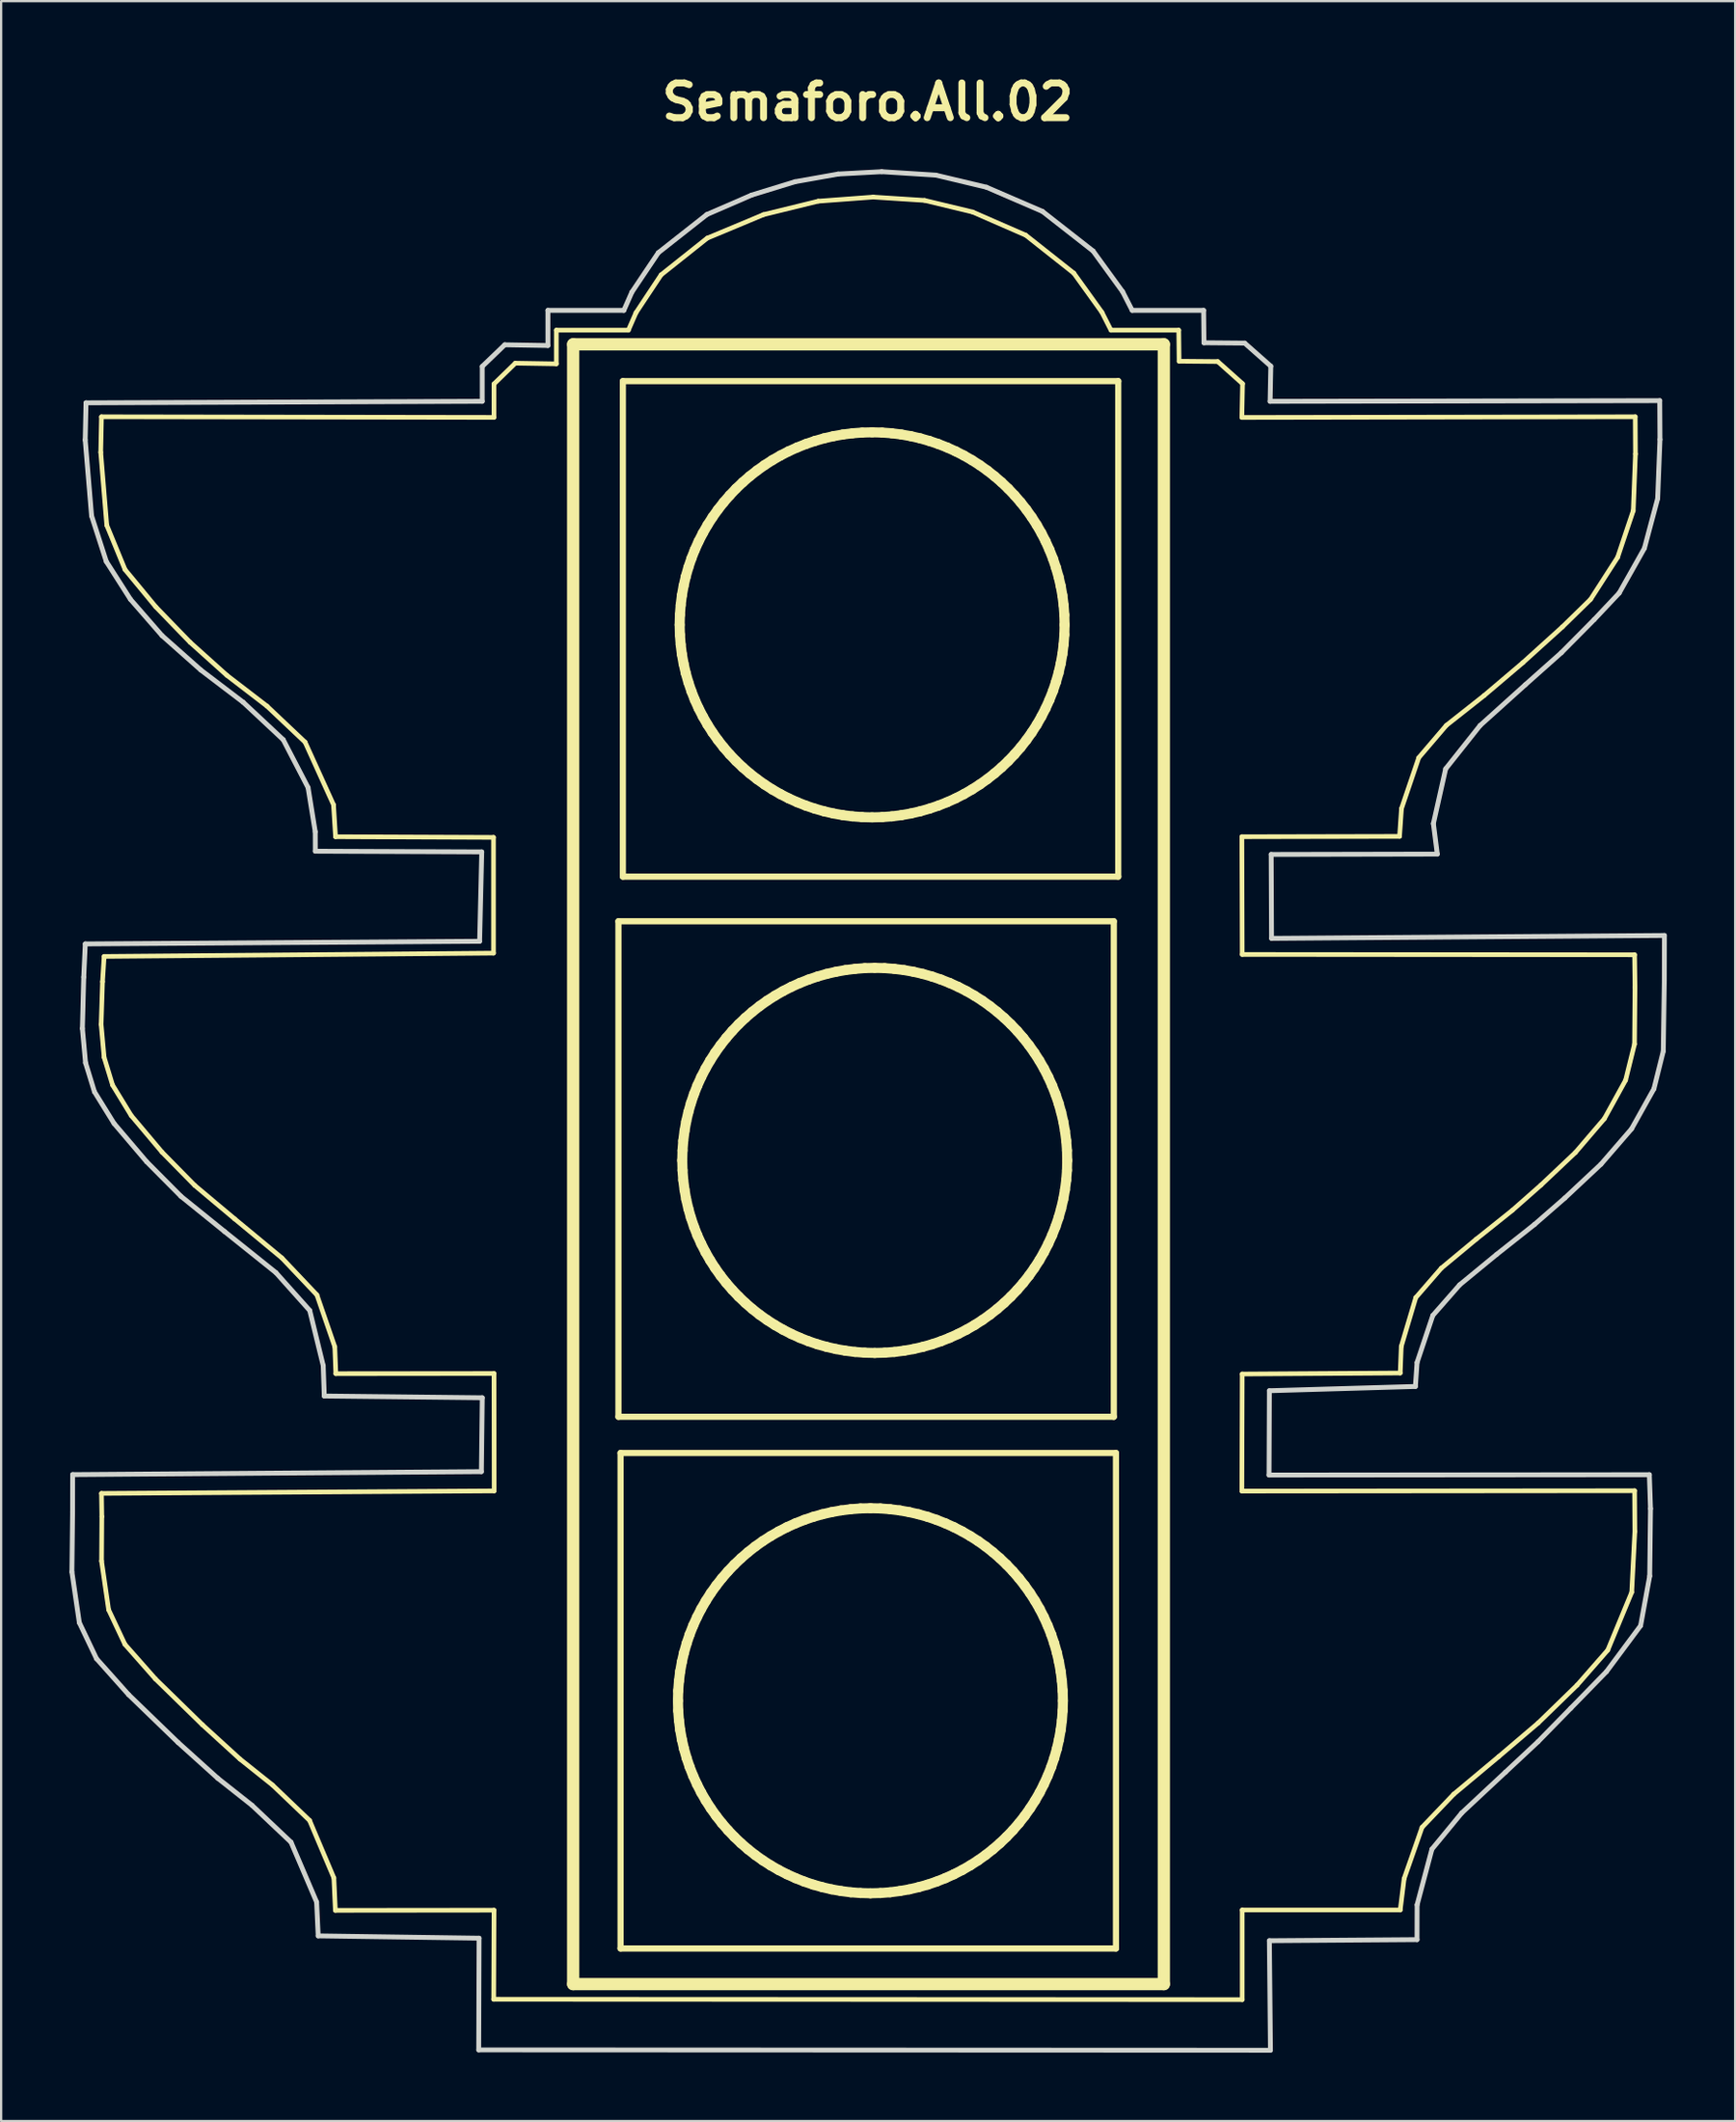
<source format=kicad_pcb>
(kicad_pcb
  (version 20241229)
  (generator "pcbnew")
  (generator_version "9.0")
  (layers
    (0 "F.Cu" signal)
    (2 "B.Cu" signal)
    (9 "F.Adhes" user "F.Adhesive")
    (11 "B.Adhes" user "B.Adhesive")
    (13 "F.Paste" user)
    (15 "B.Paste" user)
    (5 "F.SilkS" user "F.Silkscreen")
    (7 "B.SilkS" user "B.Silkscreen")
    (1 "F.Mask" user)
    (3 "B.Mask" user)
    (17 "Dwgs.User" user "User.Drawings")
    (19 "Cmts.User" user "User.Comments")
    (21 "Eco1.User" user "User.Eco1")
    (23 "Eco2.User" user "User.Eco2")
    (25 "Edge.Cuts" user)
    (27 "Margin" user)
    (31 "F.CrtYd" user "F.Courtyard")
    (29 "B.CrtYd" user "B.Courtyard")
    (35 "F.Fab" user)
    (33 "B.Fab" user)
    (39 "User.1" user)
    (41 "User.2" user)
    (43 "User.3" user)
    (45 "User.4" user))
  (footprint "Semaforo.All.02"
    (layer "F.Cu")
    (at 35.048 45.71)
    (property "Reference" "Semaforo.All.02" (at 0 -44.284 0) (layer "F.SilkS") (effects (font (size 1.524 1.524) (thickness 0.305))))
    (attr smd)
    (fp_line (start -33.675 -28.904) (end -33.41 -25.705) (stroke (width 0.204) (type solid)) (layer "F.SilkS"))
    (fp_line (start -33.657 -3.795) (end -33.526 -2.349) (stroke (width 0.204) (type solid)) (layer "F.SilkS"))
    (fp_line (start -33.642 16.793) (end -33.627 17.811) (stroke (width 0.204) (type solid)) (layer "F.SilkS"))
    (fp_line (start -33.642 -30.465) (end -33.675 -28.904) (stroke (width 0.204) (type solid)) (layer "F.SilkS"))
    (fp_line (start -33.639 19.764) (end -33.328 21.901) (stroke (width 0.204) (type solid)) (layer "F.SilkS"))
    (fp_line (start -33.627 17.811) (end -33.639 19.764) (stroke (width 0.204) (type solid)) (layer "F.SilkS"))
    (fp_line (start -33.596 -5.671) (end -33.657 -3.795) (stroke (width 0.204) (type solid)) (layer "F.SilkS"))
    (fp_line (start -33.526 -2.349) (end -33.156 -1.132) (stroke (width 0.204) (type solid)) (layer "F.SilkS"))
    (fp_line (start -33.526 -6.778) (end -33.596 -5.671) (stroke (width 0.204) (type solid)) (layer "F.SilkS"))
    (fp_line (start -33.41 -25.705) (end -32.608 -23.757) (stroke (width 0.204) (type solid)) (layer "F.SilkS"))
    (fp_line (start -33.328 21.901) (end -32.613 23.419) (stroke (width 0.204) (type solid)) (layer "F.SilkS"))
    (fp_line (start -33.156 -1.132) (end -32.337 0.207) (stroke (width 0.204) (type solid)) (layer "F.SilkS"))
    (fp_line (start -32.613 23.419) (end -31.275 24.935) (stroke (width 0.204) (type solid)) (layer "F.SilkS"))
    (fp_line (start -32.608 -23.757) (end -31.259 -22.123) (stroke (width 0.204) (type solid)) (layer "F.SilkS"))
    (fp_line (start -32.337 0.207) (end -30.98 1.817) (stroke (width 0.204) (type solid)) (layer "F.SilkS"))
    (fp_line (start -31.275 24.935) (end -29.212 26.949) (stroke (width 0.204) (type solid)) (layer "F.SilkS"))
    (fp_line (start -31.259 -22.123) (end -29.752 -20.567) (stroke (width 0.204) (type solid)) (layer "F.SilkS"))
    (fp_line (start -30.98 1.817) (end -29.549 3.273) (stroke (width 0.204) (type solid)) (layer "F.SilkS"))
    (fp_line (start -29.752 -20.567) (end -28.14 -19.12) (stroke (width 0.204) (type solid)) (layer "F.SilkS"))
    (fp_line (start -29.549 3.273) (end -27.793 4.744) (stroke (width 0.204) (type solid)) (layer "F.SilkS"))
    (fp_line (start -29.212 26.949) (end -27.558 28.457) (stroke (width 0.204) (type solid)) (layer "F.SilkS"))
    (fp_line (start -28.14 -19.12) (end -26.375 -17.764) (stroke (width 0.204) (type solid)) (layer "F.SilkS"))
    (fp_line (start -27.793 4.744) (end -25.72 6.459) (stroke (width 0.204) (type solid)) (layer "F.SilkS"))
    (fp_line (start -27.558 28.457) (end -26.13 29.596) (stroke (width 0.204) (type solid)) (layer "F.SilkS"))
    (fp_line (start -26.375 -17.764) (end -24.702 -16.183) (stroke (width 0.204) (type solid)) (layer "F.SilkS"))
    (fp_line (start -26.13 29.596) (end -24.505 31.149) (stroke (width 0.204) (type solid)) (layer "F.SilkS"))
    (fp_line (start -25.72 6.459) (end -24.183 8.081) (stroke (width 0.204) (type solid)) (layer "F.SilkS"))
    (fp_line (start -24.702 -16.183) (end -23.454 -13.434) (stroke (width 0.204) (type solid)) (layer "F.SilkS"))
    (fp_line (start -24.505 31.149) (end -23.438 33.672) (stroke (width 0.204) (type solid)) (layer "F.SilkS"))
    (fp_line (start -24.183 8.081) (end -23.398 10.359) (stroke (width 0.204) (type solid)) (layer "F.SilkS"))
    (fp_line (start -23.454 -13.434) (end -23.366 -12.032) (stroke (width 0.204) (type solid)) (layer "F.SilkS"))
    (fp_line (start -23.438 33.672) (end -23.373 35.095) (stroke (width 0.204) (type solid)) (layer "F.SilkS"))
    (fp_line (start -23.398 10.359) (end -23.352 11.538) (stroke (width 0.204) (type solid)) (layer "F.SilkS"))
    (fp_line (start -23.373 35.095) (end -16.407 35.088) (stroke (width 0.204) (type solid)) (layer "F.SilkS"))
    (fp_line (start -23.366 -12.032) (end -16.429 -12.003) (stroke (width 0.204) (type solid)) (layer "F.SilkS"))
    (fp_line (start -23.352 11.538) (end -16.407 11.531) (stroke (width 0.204) (type solid)) (layer "F.SilkS"))
    (fp_line (start -16.429 -12.003) (end -16.429 -6.923) (stroke (width 0.204) (type solid)) (layer "F.SilkS"))
    (fp_line (start -16.429 -6.923) (end -33.526 -6.778) (stroke (width 0.204) (type solid)) (layer "F.SilkS"))
    (fp_line (start -16.421 38.999) (end 16.446 39.014) (stroke (width 0.204) (type solid)) (layer "F.SilkS"))
    (fp_line (start -16.409 -31.906) (end -16.409 -30.438) (stroke (width 0.204) (type solid)) (layer "F.SilkS"))
    (fp_line (start -16.409 -30.438) (end -33.642 -30.465) (stroke (width 0.204) (type solid)) (layer "F.SilkS"))
    (fp_line (start -16.407 11.531) (end -16.4 16.684) (stroke (width 0.204) (type solid)) (layer "F.SilkS"))
    (fp_line (start -16.407 35.088) (end -16.421 38.999) (stroke (width 0.204) (type solid)) (layer "F.SilkS"))
    (fp_line (start -16.4 16.684) (end -33.642 16.793) (stroke (width 0.204) (type solid)) (layer "F.SilkS"))
    (fp_line (start -15.47 -32.818) (end -16.409 -31.906) (stroke (width 0.204) (type solid)) (layer "F.SilkS"))
    (fp_line (start -13.671 -34.268) (end -13.671 -32.788) (stroke (width 0.204) (type solid)) (layer "F.SilkS"))
    (fp_line (start -13.671 -32.788) (end -15.47 -32.818) (stroke (width 0.204) (type solid)) (layer "F.SilkS"))
    (fp_line (start -12.931 -33.646) (end 13.004 -33.646) (stroke (width 0.538) (type solid)) (layer "F.SilkS"))
    (fp_line (start -12.931 38.333) (end -12.931 -33.646) (stroke (width 0.538) (type solid)) (layer "F.SilkS"))
    (fp_line (start -10.943 -8.321) (end 10.808 -8.321) (stroke (width 0.271) (type solid)) (layer "F.SilkS"))
    (fp_line (start -10.943 13.43) (end -10.943 -8.321) (stroke (width 0.271) (type solid)) (layer "F.SilkS"))
    (fp_line (start -10.849 15.019) (end 10.902 15.019) (stroke (width 0.271) (type solid)) (layer "F.SilkS"))
    (fp_line (start -10.849 36.77) (end -10.849 15.019) (stroke (width 0.271) (type solid)) (layer "F.SilkS"))
    (fp_line (start -10.749 -32.03) (end 11.002 -32.03) (stroke (width 0.271) (type solid)) (layer "F.SilkS"))
    (fp_line (start -10.749 -10.279) (end -10.749 -32.03) (stroke (width 0.271) (type solid)) (layer "F.SilkS"))
    (fp_line (start -10.507 -34.268) (end -13.671 -34.268) (stroke (width 0.204) (type solid)) (layer "F.SilkS"))
    (fp_line (start -10.173 -35.033) (end -10.507 -34.268) (stroke (width 0.204) (type solid)) (layer "F.SilkS"))
    (fp_line (start -9.07 -36.696) (end -10.173 -35.033) (stroke (width 0.204) (type solid)) (layer "F.SilkS"))
    (fp_line (start -8.33 25.894) (end -8.319 25.459) (stroke (width 0.441) (type solid)) (layer "F.SilkS"))
    (fp_line (start -8.319 25.459) (end -8.286 25.03) (stroke (width 0.441) (type solid)) (layer "F.SilkS"))
    (fp_line (start -8.319 26.329) (end -8.33 25.894) (stroke (width 0.441) (type solid)) (layer "F.SilkS"))
    (fp_line (start -8.286 25.03) (end -8.232 24.607) (stroke (width 0.441) (type solid)) (layer "F.SilkS"))
    (fp_line (start -8.286 26.758) (end -8.319 26.329) (stroke (width 0.441) (type solid)) (layer "F.SilkS"))
    (fp_line (start -8.255 -21.333) (end -8.244 -21.768) (stroke (width 0.441) (type solid)) (layer "F.SilkS"))
    (fp_line (start -8.244 -21.768) (end -8.211 -22.197) (stroke (width 0.441) (type solid)) (layer "F.SilkS"))
    (fp_line (start -8.244 -20.898) (end -8.255 -21.333) (stroke (width 0.441) (type solid)) (layer "F.SilkS"))
    (fp_line (start -8.232 24.607) (end -8.158 24.191) (stroke (width 0.441) (type solid)) (layer "F.SilkS"))
    (fp_line (start -8.232 27.181) (end -8.286 26.758) (stroke (width 0.441) (type solid)) (layer "F.SilkS"))
    (fp_line (start -8.211 -22.197) (end -8.158 -22.62) (stroke (width 0.441) (type solid)) (layer "F.SilkS"))
    (fp_line (start -8.211 -20.469) (end -8.244 -20.898) (stroke (width 0.441) (type solid)) (layer "F.SilkS"))
    (fp_line (start -8.158 24.191) (end -8.064 23.782) (stroke (width 0.441) (type solid)) (layer "F.SilkS"))
    (fp_line (start -8.158 27.598) (end -8.232 27.181) (stroke (width 0.441) (type solid)) (layer "F.SilkS"))
    (fp_line (start -8.158 -22.62) (end -8.083 -23.036) (stroke (width 0.441) (type solid)) (layer "F.SilkS"))
    (fp_line (start -8.158 -20.046) (end -8.211 -20.469) (stroke (width 0.441) (type solid)) (layer "F.SilkS"))
    (fp_line (start -8.141 2.176) (end -8.13 1.741) (stroke (width 0.441) (type solid)) (layer "F.SilkS"))
    (fp_line (start -8.13 1.741) (end -8.097 1.312) (stroke (width 0.441) (type solid)) (layer "F.SilkS"))
    (fp_line (start -8.13 2.611) (end -8.141 2.176) (stroke (width 0.441) (type solid)) (layer "F.SilkS"))
    (fp_line (start -8.097 1.312) (end -8.043 0.889) (stroke (width 0.441) (type solid)) (layer "F.SilkS"))
    (fp_line (start -8.097 3.04) (end -8.13 2.611) (stroke (width 0.441) (type solid)) (layer "F.SilkS"))
    (fp_line (start -8.083 -23.036) (end -7.989 -23.445) (stroke (width 0.441) (type solid)) (layer "F.SilkS"))
    (fp_line (start -8.083 -19.63) (end -8.158 -20.046) (stroke (width 0.441) (type solid)) (layer "F.SilkS"))
    (fp_line (start -8.064 23.782) (end -7.95 23.381) (stroke (width 0.441) (type solid)) (layer "F.SilkS"))
    (fp_line (start -8.064 28.006) (end -8.158 27.598) (stroke (width 0.441) (type solid)) (layer "F.SilkS"))
    (fp_line (start -8.043 0.889) (end -7.969 0.473) (stroke (width 0.441) (type solid)) (layer "F.SilkS"))
    (fp_line (start -8.043 3.463) (end -8.097 3.04) (stroke (width 0.441) (type solid)) (layer "F.SilkS"))
    (fp_line (start -7.989 -23.445) (end -7.875 -23.846) (stroke (width 0.441) (type solid)) (layer "F.SilkS"))
    (fp_line (start -7.989 -19.221) (end -8.083 -19.63) (stroke (width 0.441) (type solid)) (layer "F.SilkS"))
    (fp_line (start -7.969 0.473) (end -7.875 0.064) (stroke (width 0.441) (type solid)) (layer "F.SilkS"))
    (fp_line (start -7.969 3.88) (end -8.043 3.463) (stroke (width 0.441) (type solid)) (layer "F.SilkS"))
    (fp_line (start -7.95 23.381) (end -7.817 22.988) (stroke (width 0.441) (type solid)) (layer "F.SilkS"))
    (fp_line (start -7.95 28.407) (end -8.064 28.006) (stroke (width 0.441) (type solid)) (layer "F.SilkS"))
    (fp_line (start -7.875 -23.846) (end -7.742 -24.239) (stroke (width 0.441) (type solid)) (layer "F.SilkS"))
    (fp_line (start -7.875 -18.82) (end -7.989 -19.221) (stroke (width 0.441) (type solid)) (layer "F.SilkS"))
    (fp_line (start -7.875 0.064) (end -7.761 -0.337) (stroke (width 0.441) (type solid)) (layer "F.SilkS"))
    (fp_line (start -7.875 4.288) (end -7.969 3.88) (stroke (width 0.441) (type solid)) (layer "F.SilkS"))
    (fp_line (start -7.817 22.988) (end -7.666 22.605) (stroke (width 0.441) (type solid)) (layer "F.SilkS"))
    (fp_line (start -7.817 28.8) (end -7.95 28.407) (stroke (width 0.441) (type solid)) (layer "F.SilkS"))
    (fp_line (start -7.761 -0.337) (end -7.628 -0.73) (stroke (width 0.441) (type solid)) (layer "F.SilkS"))
    (fp_line (start -7.761 4.689) (end -7.875 4.288) (stroke (width 0.441) (type solid)) (layer "F.SilkS"))
    (fp_line (start -7.742 -24.239) (end -7.591 -24.623) (stroke (width 0.441) (type solid)) (layer "F.SilkS"))
    (fp_line (start -7.742 -18.427) (end -7.875 -18.82) (stroke (width 0.441) (type solid)) (layer "F.SilkS"))
    (fp_line (start -7.666 22.605) (end -7.496 22.23) (stroke (width 0.441) (type solid)) (layer "F.SilkS"))
    (fp_line (start -7.666 29.184) (end -7.817 28.8) (stroke (width 0.441) (type solid)) (layer "F.SilkS"))
    (fp_line (start -7.628 -0.73) (end -7.477 -1.113) (stroke (width 0.441) (type solid)) (layer "F.SilkS"))
    (fp_line (start -7.628 5.082) (end -7.761 4.689) (stroke (width 0.441) (type solid)) (layer "F.SilkS"))
    (fp_line (start -7.591 -24.623) (end -7.422 -24.997) (stroke (width 0.441) (type solid)) (layer "F.SilkS"))
    (fp_line (start -7.591 -18.043) (end -7.742 -18.427) (stroke (width 0.441) (type solid)) (layer "F.SilkS"))
    (fp_line (start -7.496 22.23) (end -7.31 21.866) (stroke (width 0.441) (type solid)) (layer "F.SilkS"))
    (fp_line (start -7.496 29.558) (end -7.666 29.184) (stroke (width 0.441) (type solid)) (layer "F.SilkS"))
    (fp_line (start -7.477 -1.113) (end -7.307 -1.488) (stroke (width 0.441) (type solid)) (layer "F.SilkS"))
    (fp_line (start -7.477 5.466) (end -7.628 5.082) (stroke (width 0.441) (type solid)) (layer "F.SilkS"))
    (fp_line (start -7.422 -24.997) (end -7.235 -25.361) (stroke (width 0.441) (type solid)) (layer "F.SilkS"))
    (fp_line (start -7.422 -17.669) (end -7.591 -18.043) (stroke (width 0.441) (type solid)) (layer "F.SilkS"))
    (fp_line (start -7.31 21.866) (end -7.106 21.512) (stroke (width 0.441) (type solid)) (layer "F.SilkS"))
    (fp_line (start -7.31 29.923) (end -7.496 29.558) (stroke (width 0.441) (type solid)) (layer "F.SilkS"))
    (fp_line (start -7.307 -1.488) (end -7.121 -1.852) (stroke (width 0.441) (type solid)) (layer "F.SilkS"))
    (fp_line (start -7.307 5.84) (end -7.477 5.466) (stroke (width 0.441) (type solid)) (layer "F.SilkS"))
    (fp_line (start -7.235 -25.361) (end -7.032 -25.715) (stroke (width 0.441) (type solid)) (layer "F.SilkS"))
    (fp_line (start -7.235 -17.305) (end -7.422 -17.669) (stroke (width 0.441) (type solid)) (layer "F.SilkS"))
    (fp_line (start -7.121 -1.852) (end -6.917 -2.206) (stroke (width 0.441) (type solid)) (layer "F.SilkS"))
    (fp_line (start -7.121 6.205) (end -7.307 5.84) (stroke (width 0.441) (type solid)) (layer "F.SilkS"))
    (fp_line (start -7.106 21.512) (end -6.887 21.169) (stroke (width 0.441) (type solid)) (layer "F.SilkS"))
    (fp_line (start -7.106 30.277) (end -7.31 29.923) (stroke (width 0.441) (type solid)) (layer "F.SilkS"))
    (fp_line (start -7.045 -38.306) (end -9.07 -36.696) (stroke (width 0.204) (type solid)) (layer "F.SilkS"))
    (fp_line (start -7.032 -25.715) (end -6.812 -26.058) (stroke (width 0.441) (type solid)) (layer "F.SilkS"))
    (fp_line (start -7.032 -16.951) (end -7.235 -17.305) (stroke (width 0.441) (type solid)) (layer "F.SilkS"))
    (fp_line (start -6.917 -2.206) (end -6.698 -2.549) (stroke (width 0.441) (type solid)) (layer "F.SilkS"))
    (fp_line (start -6.917 6.559) (end -7.121 6.205) (stroke (width 0.441) (type solid)) (layer "F.SilkS"))
    (fp_line (start -6.887 21.169) (end -6.651 20.838) (stroke (width 0.441) (type solid)) (layer "F.SilkS"))
    (fp_line (start -6.887 30.619) (end -7.106 30.277) (stroke (width 0.441) (type solid)) (layer "F.SilkS"))
    (fp_line (start -6.812 -26.058) (end -6.576 -26.39) (stroke (width 0.441) (type solid)) (layer "F.SilkS"))
    (fp_line (start -6.812 -16.608) (end -7.032 -16.951) (stroke (width 0.441) (type solid)) (layer "F.SilkS"))
    (fp_line (start -6.698 -2.549) (end -6.462 -2.88) (stroke (width 0.441) (type solid)) (layer "F.SilkS"))
    (fp_line (start -6.698 6.901) (end -6.917 6.559) (stroke (width 0.441) (type solid)) (layer "F.SilkS"))
    (fp_line (start -6.651 20.838) (end -6.4 20.519) (stroke (width 0.441) (type solid)) (layer "F.SilkS"))
    (fp_line (start -6.651 30.951) (end -6.887 30.619) (stroke (width 0.441) (type solid)) (layer "F.SilkS"))
    (fp_line (start -6.576 -26.39) (end -6.325 -26.709) (stroke (width 0.441) (type solid)) (layer "F.SilkS"))
    (fp_line (start -6.576 -16.277) (end -6.812 -16.608) (stroke (width 0.441) (type solid)) (layer "F.SilkS"))
    (fp_line (start -6.462 -2.88) (end -6.211 -3.199) (stroke (width 0.441) (type solid)) (layer "F.SilkS"))
    (fp_line (start -6.462 7.233) (end -6.698 6.901) (stroke (width 0.441) (type solid)) (layer "F.SilkS"))
    (fp_line (start -6.4 20.519) (end -6.134 20.212) (stroke (width 0.441) (type solid)) (layer "F.SilkS"))
    (fp_line (start -6.4 31.27) (end -6.651 30.951) (stroke (width 0.441) (type solid)) (layer "F.SilkS"))
    (fp_line (start -6.325 -26.709) (end -6.06 -27.015) (stroke (width 0.441) (type solid)) (layer "F.SilkS"))
    (fp_line (start -6.325 -15.957) (end -6.576 -16.277) (stroke (width 0.441) (type solid)) (layer "F.SilkS"))
    (fp_line (start -6.211 -3.199) (end -5.945 -3.506) (stroke (width 0.441) (type solid)) (layer "F.SilkS"))
    (fp_line (start -6.211 7.552) (end -6.462 7.233) (stroke (width 0.441) (type solid)) (layer "F.SilkS"))
    (fp_line (start -6.134 20.212) (end -5.855 19.918) (stroke (width 0.441) (type solid)) (layer "F.SilkS"))
    (fp_line (start -6.134 31.577) (end -6.4 31.27) (stroke (width 0.441) (type solid)) (layer "F.SilkS"))
    (fp_line (start -6.06 -27.015) (end -5.78 -27.309) (stroke (width 0.441) (type solid)) (layer "F.SilkS"))
    (fp_line (start -6.06 -15.651) (end -6.325 -15.957) (stroke (width 0.441) (type solid)) (layer "F.SilkS"))
    (fp_line (start -5.945 -3.506) (end -5.666 -3.8) (stroke (width 0.441) (type solid)) (layer "F.SilkS"))
    (fp_line (start -5.945 7.859) (end -6.211 7.552) (stroke (width 0.441) (type solid)) (layer "F.SilkS"))
    (fp_line (start -5.855 19.918) (end -5.561 19.639) (stroke (width 0.441) (type solid)) (layer "F.SilkS"))
    (fp_line (start -5.855 31.87) (end -6.134 31.577) (stroke (width 0.441) (type solid)) (layer "F.SilkS"))
    (fp_line (start -5.78 -27.309) (end -5.486 -27.589) (stroke (width 0.441) (type solid)) (layer "F.SilkS"))
    (fp_line (start -5.78 -15.357) (end -6.06 -15.651) (stroke (width 0.441) (type solid)) (layer "F.SilkS"))
    (fp_line (start -5.666 -3.8) (end -5.372 -4.079) (stroke (width 0.441) (type solid)) (layer "F.SilkS"))
    (fp_line (start -5.666 8.152) (end -5.945 7.859) (stroke (width 0.441) (type solid)) (layer "F.SilkS"))
    (fp_line (start -5.561 19.639) (end -5.254 19.373) (stroke (width 0.441) (type solid)) (layer "F.SilkS"))
    (fp_line (start -5.561 32.15) (end -5.855 31.87) (stroke (width 0.441) (type solid)) (layer "F.SilkS"))
    (fp_line (start -5.486 -27.589) (end -5.18 -27.854) (stroke (width 0.441) (type solid)) (layer "F.SilkS"))
    (fp_line (start -5.486 -15.077) (end -5.78 -15.357) (stroke (width 0.441) (type solid)) (layer "F.SilkS"))
    (fp_line (start -5.372 -4.079) (end -5.065 -4.345) (stroke (width 0.441) (type solid)) (layer "F.SilkS"))
    (fp_line (start -5.372 8.432) (end -5.666 8.152) (stroke (width 0.441) (type solid)) (layer "F.SilkS"))
    (fp_line (start -5.254 19.373) (end -4.935 19.122) (stroke (width 0.441) (type solid)) (layer "F.SilkS"))
    (fp_line (start -5.254 32.416) (end -5.561 32.15) (stroke (width 0.441) (type solid)) (layer "F.SilkS"))
    (fp_line (start -5.18 -27.854) (end -4.86 -28.105) (stroke (width 0.441) (type solid)) (layer "F.SilkS"))
    (fp_line (start -5.18 -14.812) (end -5.486 -15.077) (stroke (width 0.441) (type solid)) (layer "F.SilkS"))
    (fp_line (start -5.065 -4.345) (end -4.746 -4.596) (stroke (width 0.441) (type solid)) (layer "F.SilkS"))
    (fp_line (start -5.065 8.698) (end -5.372 8.432) (stroke (width 0.441) (type solid)) (layer "F.SilkS"))
    (fp_line (start -4.935 19.122) (end -4.604 18.886) (stroke (width 0.441) (type solid)) (layer "F.SilkS"))
    (fp_line (start -4.935 32.667) (end -5.254 32.416) (stroke (width 0.441) (type solid)) (layer "F.SilkS"))
    (fp_line (start -4.86 -28.105) (end -4.529 -28.341) (stroke (width 0.441) (type solid)) (layer "F.SilkS"))
    (fp_line (start -4.86 -14.561) (end -5.18 -14.812) (stroke (width 0.441) (type solid)) (layer "F.SilkS"))
    (fp_line (start -4.746 -4.596) (end -4.415 -4.832) (stroke (width 0.441) (type solid)) (layer "F.SilkS"))
    (fp_line (start -4.746 8.949) (end -5.065 8.698) (stroke (width 0.441) (type solid)) (layer "F.SilkS"))
    (fp_line (start -4.604 32.902) (end -4.935 32.667) (stroke (width 0.441) (type solid)) (layer "F.SilkS"))
    (fp_line (start -4.604 18.886) (end -4.261 18.667) (stroke (width 0.441) (type solid)) (layer "F.SilkS"))
    (fp_line (start -4.573 -39.339) (end -7.045 -38.306) (stroke (width 0.204) (type solid)) (layer "F.SilkS"))
    (fp_line (start -4.529 -14.325) (end -4.86 -14.561) (stroke (width 0.441) (type solid)) (layer "F.SilkS"))
    (fp_line (start -4.529 -28.341) (end -4.186 -28.561) (stroke (width 0.441) (type solid)) (layer "F.SilkS"))
    (fp_line (start -4.415 9.184) (end -4.746 8.949) (stroke (width 0.441) (type solid)) (layer "F.SilkS"))
    (fp_line (start -4.415 -4.832) (end -4.072 -5.051) (stroke (width 0.441) (type solid)) (layer "F.SilkS"))
    (fp_line (start -4.261 18.667) (end -3.907 18.463) (stroke (width 0.441) (type solid)) (layer "F.SilkS"))
    (fp_line (start -4.261 33.122) (end -4.604 32.902) (stroke (width 0.441) (type solid)) (layer "F.SilkS"))
    (fp_line (start -4.186 -28.561) (end -3.832 -28.764) (stroke (width 0.441) (type solid)) (layer "F.SilkS"))
    (fp_line (start -4.186 -14.105) (end -4.529 -14.325) (stroke (width 0.441) (type solid)) (layer "F.SilkS"))
    (fp_line (start -4.072 -5.051) (end -3.718 -5.255) (stroke (width 0.441) (type solid)) (layer "F.SilkS"))
    (fp_line (start -4.072 9.404) (end -4.415 9.184) (stroke (width 0.441) (type solid)) (layer "F.SilkS"))
    (fp_line (start -3.907 18.463) (end -3.543 18.276) (stroke (width 0.441) (type solid)) (layer "F.SilkS"))
    (fp_line (start -3.907 33.326) (end -4.261 33.122) (stroke (width 0.441) (type solid)) (layer "F.SilkS"))
    (fp_line (start -3.832 -28.764) (end -3.468 -28.951) (stroke (width 0.441) (type solid)) (layer "F.SilkS"))
    (fp_line (start -3.832 -13.902) (end -4.186 -14.105) (stroke (width 0.441) (type solid)) (layer "F.SilkS"))
    (fp_line (start -3.718 -5.255) (end -3.354 -5.442) (stroke (width 0.441) (type solid)) (layer "F.SilkS"))
    (fp_line (start -3.718 9.607) (end -4.072 9.404) (stroke (width 0.441) (type solid)) (layer "F.SilkS"))
    (fp_line (start -3.543 18.276) (end -3.168 18.107) (stroke (width 0.441) (type solid)) (layer "F.SilkS"))
    (fp_line (start -3.543 33.512) (end -3.907 33.326) (stroke (width 0.441) (type solid)) (layer "F.SilkS"))
    (fp_line (start -3.468 -28.951) (end -3.093 -29.12) (stroke (width 0.441) (type solid)) (layer "F.SilkS"))
    (fp_line (start -3.468 -13.715) (end -3.832 -13.902) (stroke (width 0.441) (type solid)) (layer "F.SilkS"))
    (fp_line (start -3.354 -5.442) (end -2.979 -5.611) (stroke (width 0.441) (type solid)) (layer "F.SilkS"))
    (fp_line (start -3.354 9.794) (end -3.718 9.607) (stroke (width 0.441) (type solid)) (layer "F.SilkS"))
    (fp_line (start -3.168 18.107) (end -2.784 17.956) (stroke (width 0.441) (type solid)) (layer "F.SilkS"))
    (fp_line (start -3.168 33.681) (end -3.543 33.512) (stroke (width 0.441) (type solid)) (layer "F.SilkS"))
    (fp_line (start -3.093 -29.12) (end -2.71 -29.271) (stroke (width 0.441) (type solid)) (layer "F.SilkS"))
    (fp_line (start -3.093 -13.546) (end -3.468 -13.715) (stroke (width 0.441) (type solid)) (layer "F.SilkS"))
    (fp_line (start -2.979 -5.611) (end -2.595 -5.762) (stroke (width 0.441) (type solid)) (layer "F.SilkS"))
    (fp_line (start -2.979 9.963) (end -3.354 9.794) (stroke (width 0.441) (type solid)) (layer "F.SilkS"))
    (fp_line (start -2.784 17.956) (end -2.392 17.823) (stroke (width 0.441) (type solid)) (layer "F.SilkS"))
    (fp_line (start -2.784 33.833) (end -3.168 33.681) (stroke (width 0.441) (type solid)) (layer "F.SilkS"))
    (fp_line (start -2.71 -29.271) (end -2.317 -29.404) (stroke (width 0.441) (type solid)) (layer "F.SilkS"))
    (fp_line (start -2.71 -13.395) (end -3.093 -13.546) (stroke (width 0.441) (type solid)) (layer "F.SilkS"))
    (fp_line (start -2.595 -5.762) (end -2.203 -5.895) (stroke (width 0.441) (type solid)) (layer "F.SilkS"))
    (fp_line (start -2.595 10.115) (end -2.979 9.963) (stroke (width 0.441) (type solid)) (layer "F.SilkS"))
    (fp_line (start -2.392 17.823) (end -1.991 17.709) (stroke (width 0.441) (type solid)) (layer "F.SilkS"))
    (fp_line (start -2.392 33.966) (end -2.784 33.833) (stroke (width 0.441) (type solid)) (layer "F.SilkS"))
    (fp_line (start -2.317 -29.404) (end -1.916 -29.518) (stroke (width 0.441) (type solid)) (layer "F.SilkS"))
    (fp_line (start -2.317 -13.262) (end -2.71 -13.395) (stroke (width 0.441) (type solid)) (layer "F.SilkS"))
    (fp_line (start -2.203 -5.895) (end -1.802 -6.009) (stroke (width 0.441) (type solid)) (layer "F.SilkS"))
    (fp_line (start -2.203 10.248) (end -2.595 10.115) (stroke (width 0.441) (type solid)) (layer "F.SilkS"))
    (fp_line (start -2.171 -39.929) (end -4.573 -39.339) (stroke (width 0.204) (type solid)) (layer "F.SilkS"))
    (fp_line (start -1.991 17.709) (end -1.582 17.615) (stroke (width 0.441) (type solid)) (layer "F.SilkS"))
    (fp_line (start -1.991 34.079) (end -2.392 33.966) (stroke (width 0.441) (type solid)) (layer "F.SilkS"))
    (fp_line (start -1.916 -29.518) (end -1.507 -29.613) (stroke (width 0.441) (type solid)) (layer "F.SilkS"))
    (fp_line (start -1.916 -13.148) (end -2.317 -13.262) (stroke (width 0.441) (type solid)) (layer "F.SilkS"))
    (fp_line (start -1.802 -6.009) (end -1.393 -6.103) (stroke (width 0.441) (type solid)) (layer "F.SilkS"))
    (fp_line (start -1.802 10.361) (end -2.203 10.248) (stroke (width 0.441) (type solid)) (layer "F.SilkS"))
    (fp_line (start -1.582 17.615) (end -1.166 17.54) (stroke (width 0.441) (type solid)) (layer "F.SilkS"))
    (fp_line (start -1.582 34.174) (end -1.991 34.079) (stroke (width 0.441) (type solid)) (layer "F.SilkS"))
    (fp_line (start -1.507 -29.613) (end -1.091 -29.687) (stroke (width 0.441) (type solid)) (layer "F.SilkS"))
    (fp_line (start -1.507 -13.053) (end -1.916 -13.148) (stroke (width 0.441) (type solid)) (layer "F.SilkS"))
    (fp_line (start -1.393 -6.103) (end -0.977 -6.178) (stroke (width 0.441) (type solid)) (layer "F.SilkS"))
    (fp_line (start -1.393 10.456) (end -1.802 10.361) (stroke (width 0.441) (type solid)) (layer "F.SilkS"))
    (fp_line (start -1.166 17.54) (end -0.743 17.487) (stroke (width 0.441) (type solid)) (layer "F.SilkS"))
    (fp_line (start -1.166 34.248) (end -1.582 34.174) (stroke (width 0.441) (type solid)) (layer "F.SilkS"))
    (fp_line (start -1.091 -29.687) (end -0.668 -29.741) (stroke (width 0.441) (type solid)) (layer "F.SilkS"))
    (fp_line (start -1.091 -12.979) (end -1.507 -13.053) (stroke (width 0.441) (type solid)) (layer "F.SilkS"))
    (fp_line (start -0.977 -6.178) (end -0.554 -6.231) (stroke (width 0.441) (type solid)) (layer "F.SilkS"))
    (fp_line (start -0.977 10.53) (end -1.393 10.456) (stroke (width 0.441) (type solid)) (layer "F.SilkS"))
    (fp_line (start -0.743 17.487) (end -0.314 17.454) (stroke (width 0.441) (type solid)) (layer "F.SilkS"))
    (fp_line (start -0.743 34.302) (end -1.166 34.248) (stroke (width 0.441) (type solid)) (layer "F.SilkS"))
    (fp_line (start -0.668 -29.741) (end -0.239 -29.773) (stroke (width 0.441) (type solid)) (layer "F.SilkS"))
    (fp_line (start -0.668 -12.925) (end -1.091 -12.979) (stroke (width 0.441) (type solid)) (layer "F.SilkS"))
    (fp_line (start -0.554 -6.231) (end -0.125 -6.264) (stroke (width 0.441) (type solid)) (layer "F.SilkS"))
    (fp_line (start -0.554 10.584) (end -0.977 10.53) (stroke (width 0.441) (type solid)) (layer "F.SilkS"))
    (fp_line (start -0.314 17.454) (end 0.121 17.443) (stroke (width 0.441) (type solid)) (layer "F.SilkS"))
    (fp_line (start -0.314 34.335) (end -0.743 34.302) (stroke (width 0.441) (type solid)) (layer "F.SilkS"))
    (fp_line (start -0.239 -29.773) (end 0.196 -29.784) (stroke (width 0.441) (type solid)) (layer "F.SilkS"))
    (fp_line (start -0.239 -12.893) (end -0.668 -12.925) (stroke (width 0.441) (type solid)) (layer "F.SilkS"))
    (fp_line (start -0.125 -6.264) (end 0.31 -6.275) (stroke (width 0.441) (type solid)) (layer "F.SilkS"))
    (fp_line (start -0.125 10.617) (end -0.554 10.584) (stroke (width 0.441) (type solid)) (layer "F.SilkS"))
    (fp_line (start 0.121 17.443) (end 0.556 17.454) (stroke (width 0.441) (type solid)) (layer "F.SilkS"))
    (fp_line (start 0.121 34.346) (end -0.314 34.335) (stroke (width 0.441) (type solid)) (layer "F.SilkS"))
    (fp_line (start 0.196 -29.784) (end 0.631 -29.773) (stroke (width 0.441) (type solid)) (layer "F.SilkS"))
    (fp_line (start 0.196 -12.882) (end -0.239 -12.893) (stroke (width 0.441) (type solid)) (layer "F.SilkS"))
    (fp_line (start 0.243 -40.11) (end -2.171 -39.929) (stroke (width 0.204) (type solid)) (layer "F.SilkS"))
    (fp_line (start 0.31 -6.275) (end 0.745 -6.264) (stroke (width 0.441) (type solid)) (layer "F.SilkS"))
    (fp_line (start 0.31 10.628) (end -0.125 10.617) (stroke (width 0.441) (type solid)) (layer "F.SilkS"))
    (fp_line (start 0.556 17.454) (end 0.985 17.487) (stroke (width 0.441) (type solid)) (layer "F.SilkS"))
    (fp_line (start 0.556 34.335) (end 0.121 34.346) (stroke (width 0.441) (type solid)) (layer "F.SilkS"))
    (fp_line (start 0.631 -29.773) (end 1.06 -29.741) (stroke (width 0.441) (type solid)) (layer "F.SilkS"))
    (fp_line (start 0.631 -12.893) (end 0.196 -12.882) (stroke (width 0.441) (type solid)) (layer "F.SilkS"))
    (fp_line (start 0.745 -6.264) (end 1.174 -6.231) (stroke (width 0.441) (type solid)) (layer "F.SilkS"))
    (fp_line (start 0.745 10.617) (end 0.31 10.628) (stroke (width 0.441) (type solid)) (layer "F.SilkS"))
    (fp_line (start 0.985 17.487) (end 1.408 17.54) (stroke (width 0.441) (type solid)) (layer "F.SilkS"))
    (fp_line (start 0.985 34.302) (end 0.556 34.335) (stroke (width 0.441) (type solid)) (layer "F.SilkS"))
    (fp_line (start 1.06 -29.741) (end 1.483 -29.687) (stroke (width 0.441) (type solid)) (layer "F.SilkS"))
    (fp_line (start 1.06 -12.925) (end 0.631 -12.893) (stroke (width 0.441) (type solid)) (layer "F.SilkS"))
    (fp_line (start 1.174 -6.231) (end 1.597 -6.178) (stroke (width 0.441) (type solid)) (layer "F.SilkS"))
    (fp_line (start 1.174 10.584) (end 0.745 10.617) (stroke (width 0.441) (type solid)) (layer "F.SilkS"))
    (fp_line (start 1.408 17.54) (end 1.825 17.615) (stroke (width 0.441) (type solid)) (layer "F.SilkS"))
    (fp_line (start 1.408 34.248) (end 0.985 34.302) (stroke (width 0.441) (type solid)) (layer "F.SilkS"))
    (fp_line (start 1.483 -29.687) (end 1.899 -29.613) (stroke (width 0.441) (type solid)) (layer "F.SilkS"))
    (fp_line (start 1.483 -12.979) (end 1.06 -12.925) (stroke (width 0.441) (type solid)) (layer "F.SilkS"))
    (fp_line (start 1.597 -6.178) (end 2.014 -6.103) (stroke (width 0.441) (type solid)) (layer "F.SilkS"))
    (fp_line (start 1.597 10.53) (end 1.174 10.584) (stroke (width 0.441) (type solid)) (layer "F.SilkS"))
    (fp_line (start 1.825 17.615) (end 2.233 17.709) (stroke (width 0.441) (type solid)) (layer "F.SilkS"))
    (fp_line (start 1.825 34.174) (end 1.408 34.248) (stroke (width 0.441) (type solid)) (layer "F.SilkS"))
    (fp_line (start 1.899 -29.613) (end 2.308 -29.518) (stroke (width 0.441) (type solid)) (layer "F.SilkS"))
    (fp_line (start 1.899 -13.053) (end 1.483 -12.979) (stroke (width 0.441) (type solid)) (layer "F.SilkS"))
    (fp_line (start 2.014 -6.103) (end 2.422 -6.009) (stroke (width 0.441) (type solid)) (layer "F.SilkS"))
    (fp_line (start 2.014 10.456) (end 1.597 10.53) (stroke (width 0.441) (type solid)) (layer "F.SilkS"))
    (fp_line (start 2.233 17.709) (end 2.635 17.823) (stroke (width 0.441) (type solid)) (layer "F.SilkS"))
    (fp_line (start 2.233 34.079) (end 1.825 34.174) (stroke (width 0.441) (type solid)) (layer "F.SilkS"))
    (fp_line (start 2.308 -29.518) (end 2.709 -29.404) (stroke (width 0.441) (type solid)) (layer "F.SilkS"))
    (fp_line (start 2.308 -13.148) (end 1.899 -13.053) (stroke (width 0.441) (type solid)) (layer "F.SilkS"))
    (fp_line (start 2.422 -6.009) (end 2.824 -5.895) (stroke (width 0.441) (type solid)) (layer "F.SilkS"))
    (fp_line (start 2.422 10.361) (end 2.014 10.456) (stroke (width 0.441) (type solid)) (layer "F.SilkS"))
    (fp_line (start 2.498 -39.964) (end 0.243 -40.11) (stroke (width 0.204) (type solid)) (layer "F.SilkS"))
    (fp_line (start 2.635 17.823) (end 3.027 17.956) (stroke (width 0.441) (type solid)) (layer "F.SilkS"))
    (fp_line (start 2.635 33.966) (end 2.233 34.079) (stroke (width 0.441) (type solid)) (layer "F.SilkS"))
    (fp_line (start 2.709 -29.404) (end 3.102 -29.271) (stroke (width 0.441) (type solid)) (layer "F.SilkS"))
    (fp_line (start 2.709 -13.262) (end 2.308 -13.148) (stroke (width 0.441) (type solid)) (layer "F.SilkS"))
    (fp_line (start 2.824 -5.895) (end 3.216 -5.762) (stroke (width 0.441) (type solid)) (layer "F.SilkS"))
    (fp_line (start 2.824 10.248) (end 2.422 10.361) (stroke (width 0.441) (type solid)) (layer "F.SilkS"))
    (fp_line (start 3.027 17.956) (end 3.411 18.107) (stroke (width 0.441) (type solid)) (layer "F.SilkS"))
    (fp_line (start 3.027 33.833) (end 2.635 33.966) (stroke (width 0.441) (type solid)) (layer "F.SilkS"))
    (fp_line (start 3.102 -29.271) (end 3.486 -29.12) (stroke (width 0.441) (type solid)) (layer "F.SilkS"))
    (fp_line (start 3.102 -13.395) (end 2.709 -13.262) (stroke (width 0.441) (type solid)) (layer "F.SilkS"))
    (fp_line (start 3.216 -5.762) (end 3.6 -5.611) (stroke (width 0.441) (type solid)) (layer "F.SilkS"))
    (fp_line (start 3.216 10.115) (end 2.824 10.248) (stroke (width 0.441) (type solid)) (layer "F.SilkS"))
    (fp_line (start 3.411 18.107) (end 3.785 18.276) (stroke (width 0.441) (type solid)) (layer "F.SilkS"))
    (fp_line (start 3.411 33.681) (end 3.027 33.833) (stroke (width 0.441) (type solid)) (layer "F.SilkS"))
    (fp_line (start 3.486 -29.12) (end 3.86 -28.951) (stroke (width 0.441) (type solid)) (layer "F.SilkS"))
    (fp_line (start 3.486 -13.546) (end 3.102 -13.395) (stroke (width 0.441) (type solid)) (layer "F.SilkS"))
    (fp_line (start 3.6 -5.611) (end 3.974 -5.442) (stroke (width 0.441) (type solid)) (layer "F.SilkS"))
    (fp_line (start 3.6 9.963) (end 3.216 10.115) (stroke (width 0.441) (type solid)) (layer "F.SilkS"))
    (fp_line (start 3.785 18.276) (end 4.15 18.463) (stroke (width 0.441) (type solid)) (layer "F.SilkS"))
    (fp_line (start 3.785 33.512) (end 3.411 33.681) (stroke (width 0.441) (type solid)) (layer "F.SilkS"))
    (fp_line (start 3.86 -28.951) (end 4.225 -28.764) (stroke (width 0.441) (type solid)) (layer "F.SilkS"))
    (fp_line (start 3.86 -13.715) (end 3.486 -13.546) (stroke (width 0.441) (type solid)) (layer "F.SilkS"))
    (fp_line (start 3.974 -5.442) (end 4.339 -5.255) (stroke (width 0.441) (type solid)) (layer "F.SilkS"))
    (fp_line (start 3.974 9.794) (end 3.6 9.963) (stroke (width 0.441) (type solid)) (layer "F.SilkS"))
    (fp_line (start 4.15 18.463) (end 4.504 18.667) (stroke (width 0.441) (type solid)) (layer "F.SilkS"))
    (fp_line (start 4.15 33.326) (end 3.785 33.512) (stroke (width 0.441) (type solid)) (layer "F.SilkS"))
    (fp_line (start 4.225 -28.764) (end 4.578 -28.561) (stroke (width 0.441) (type solid)) (layer "F.SilkS"))
    (fp_line (start 4.225 -13.902) (end 3.86 -13.715) (stroke (width 0.441) (type solid)) (layer "F.SilkS"))
    (fp_line (start 4.339 -5.255) (end 4.693 -5.051) (stroke (width 0.441) (type solid)) (layer "F.SilkS"))
    (fp_line (start 4.339 9.607) (end 3.974 9.794) (stroke (width 0.441) (type solid)) (layer "F.SilkS"))
    (fp_line (start 4.504 18.667) (end 4.847 18.886) (stroke (width 0.441) (type solid)) (layer "F.SilkS"))
    (fp_line (start 4.504 33.122) (end 4.15 33.326) (stroke (width 0.441) (type solid)) (layer "F.SilkS"))
    (fp_line (start 4.578 -28.561) (end 4.921 -28.341) (stroke (width 0.441) (type solid)) (layer "F.SilkS"))
    (fp_line (start 4.578 -14.105) (end 4.225 -13.902) (stroke (width 0.441) (type solid)) (layer "F.SilkS"))
    (fp_line (start 4.609 -39.454) (end 2.498 -39.964) (stroke (width 0.204) (type solid)) (layer "F.SilkS"))
    (fp_line (start 4.693 -5.051) (end 5.036 -4.832) (stroke (width 0.441) (type solid)) (layer "F.SilkS"))
    (fp_line (start 4.693 9.404) (end 4.339 9.607) (stroke (width 0.441) (type solid)) (layer "F.SilkS"))
    (fp_line (start 4.847 18.886) (end 5.178 19.122) (stroke (width 0.441) (type solid)) (layer "F.SilkS"))
    (fp_line (start 4.847 32.902) (end 4.504 33.122) (stroke (width 0.441) (type solid)) (layer "F.SilkS"))
    (fp_line (start 4.921 -28.341) (end 5.253 -28.105) (stroke (width 0.441) (type solid)) (layer "F.SilkS"))
    (fp_line (start 4.921 -14.325) (end 4.578 -14.105) (stroke (width 0.441) (type solid)) (layer "F.SilkS"))
    (fp_line (start 5.036 -4.832) (end 5.367 -4.596) (stroke (width 0.441) (type solid)) (layer "F.SilkS"))
    (fp_line (start 5.036 9.184) (end 4.693 9.404) (stroke (width 0.441) (type solid)) (layer "F.SilkS"))
    (fp_line (start 5.178 19.122) (end 5.497 19.373) (stroke (width 0.441) (type solid)) (layer "F.SilkS"))
    (fp_line (start 5.178 32.667) (end 4.847 32.902) (stroke (width 0.441) (type solid)) (layer "F.SilkS"))
    (fp_line (start 5.253 -28.105) (end 5.572 -27.854) (stroke (width 0.441) (type solid)) (layer "F.SilkS"))
    (fp_line (start 5.253 -14.561) (end 4.921 -14.325) (stroke (width 0.441) (type solid)) (layer "F.SilkS"))
    (fp_line (start 5.367 -4.596) (end 5.686 -4.345) (stroke (width 0.441) (type solid)) (layer "F.SilkS"))
    (fp_line (start 5.367 8.949) (end 5.036 9.184) (stroke (width 0.441) (type solid)) (layer "F.SilkS"))
    (fp_line (start 5.497 19.373) (end 5.804 19.639) (stroke (width 0.441) (type solid)) (layer "F.SilkS"))
    (fp_line (start 5.497 32.416) (end 5.178 32.667) (stroke (width 0.441) (type solid)) (layer "F.SilkS"))
    (fp_line (start 5.572 -27.854) (end 5.879 -27.589) (stroke (width 0.441) (type solid)) (layer "F.SilkS"))
    (fp_line (start 5.572 -14.812) (end 5.253 -14.561) (stroke (width 0.441) (type solid)) (layer "F.SilkS"))
    (fp_line (start 5.686 -4.345) (end 5.993 -4.079) (stroke (width 0.441) (type solid)) (layer "F.SilkS"))
    (fp_line (start 5.686 8.698) (end 5.367 8.949) (stroke (width 0.441) (type solid)) (layer "F.SilkS"))
    (fp_line (start 5.804 19.639) (end 6.097 19.918) (stroke (width 0.441) (type solid)) (layer "F.SilkS"))
    (fp_line (start 5.804 32.15) (end 5.497 32.416) (stroke (width 0.441) (type solid)) (layer "F.SilkS"))
    (fp_line (start 5.879 -27.589) (end 6.172 -27.309) (stroke (width 0.441) (type solid)) (layer "F.SilkS"))
    (fp_line (start 5.879 -15.077) (end 5.572 -14.812) (stroke (width 0.441) (type solid)) (layer "F.SilkS"))
    (fp_line (start 5.993 -4.079) (end 6.286 -3.8) (stroke (width 0.441) (type solid)) (layer "F.SilkS"))
    (fp_line (start 5.993 8.432) (end 5.686 8.698) (stroke (width 0.441) (type solid)) (layer "F.SilkS"))
    (fp_line (start 6.097 19.918) (end 6.377 20.212) (stroke (width 0.441) (type solid)) (layer "F.SilkS"))
    (fp_line (start 6.097 31.87) (end 5.804 32.15) (stroke (width 0.441) (type solid)) (layer "F.SilkS"))
    (fp_line (start 6.172 -27.309) (end 6.452 -27.015) (stroke (width 0.441) (type solid)) (layer "F.SilkS"))
    (fp_line (start 6.172 -15.357) (end 5.879 -15.077) (stroke (width 0.441) (type solid)) (layer "F.SilkS"))
    (fp_line (start 6.286 -3.8) (end 6.566 -3.506) (stroke (width 0.441) (type solid)) (layer "F.SilkS"))
    (fp_line (start 6.286 8.152) (end 5.993 8.432) (stroke (width 0.441) (type solid)) (layer "F.SilkS"))
    (fp_line (start 6.377 20.212) (end 6.643 20.519) (stroke (width 0.441) (type solid)) (layer "F.SilkS"))
    (fp_line (start 6.377 31.577) (end 6.097 31.87) (stroke (width 0.441) (type solid)) (layer "F.SilkS"))
    (fp_line (start 6.452 -27.015) (end 6.718 -26.709) (stroke (width 0.441) (type solid)) (layer "F.SilkS"))
    (fp_line (start 6.452 -15.651) (end 6.172 -15.357) (stroke (width 0.441) (type solid)) (layer "F.SilkS"))
    (fp_line (start 6.566 -3.506) (end 6.832 -3.199) (stroke (width 0.441) (type solid)) (layer "F.SilkS"))
    (fp_line (start 6.566 7.859) (end 6.286 8.152) (stroke (width 0.441) (type solid)) (layer "F.SilkS"))
    (fp_line (start 6.643 20.519) (end 6.894 20.838) (stroke (width 0.441) (type solid)) (layer "F.SilkS"))
    (fp_line (start 6.643 31.27) (end 6.377 31.577) (stroke (width 0.441) (type solid)) (layer "F.SilkS"))
    (fp_line (start 6.718 -26.709) (end 6.968 -26.39) (stroke (width 0.441) (type solid)) (layer "F.SilkS"))
    (fp_line (start 6.718 -15.957) (end 6.452 -15.651) (stroke (width 0.441) (type solid)) (layer "F.SilkS"))
    (fp_line (start 6.832 -3.199) (end 7.083 -2.88) (stroke (width 0.441) (type solid)) (layer "F.SilkS"))
    (fp_line (start 6.832 7.552) (end 6.566 7.859) (stroke (width 0.441) (type solid)) (layer "F.SilkS"))
    (fp_line (start 6.894 20.838) (end 7.129 21.169) (stroke (width 0.441) (type solid)) (layer "F.SilkS"))
    (fp_line (start 6.894 30.951) (end 6.643 31.27) (stroke (width 0.441) (type solid)) (layer "F.SilkS"))
    (fp_line (start 6.942 -38.436) (end 4.609 -39.454) (stroke (width 0.204) (type solid)) (layer "F.SilkS"))
    (fp_line (start 6.968 -26.39) (end 7.204 -26.058) (stroke (width 0.441) (type solid)) (layer "F.SilkS"))
    (fp_line (start 6.968 -16.277) (end 6.718 -15.957) (stroke (width 0.441) (type solid)) (layer "F.SilkS"))
    (fp_line (start 7.083 -2.88) (end 7.318 -2.549) (stroke (width 0.441) (type solid)) (layer "F.SilkS"))
    (fp_line (start 7.083 7.233) (end 6.832 7.552) (stroke (width 0.441) (type solid)) (layer "F.SilkS"))
    (fp_line (start 7.129 21.169) (end 7.349 21.512) (stroke (width 0.441) (type solid)) (layer "F.SilkS"))
    (fp_line (start 7.129 30.619) (end 6.894 30.951) (stroke (width 0.441) (type solid)) (layer "F.SilkS"))
    (fp_line (start 7.204 -26.058) (end 7.424 -25.715) (stroke (width 0.441) (type solid)) (layer "F.SilkS"))
    (fp_line (start 7.204 -16.608) (end 6.968 -16.277) (stroke (width 0.441) (type solid)) (layer "F.SilkS"))
    (fp_line (start 7.318 -2.549) (end 7.538 -2.206) (stroke (width 0.441) (type solid)) (layer "F.SilkS"))
    (fp_line (start 7.318 6.901) (end 7.083 7.233) (stroke (width 0.441) (type solid)) (layer "F.SilkS"))
    (fp_line (start 7.349 21.512) (end 7.553 21.866) (stroke (width 0.441) (type solid)) (layer "F.SilkS"))
    (fp_line (start 7.349 30.277) (end 7.129 30.619) (stroke (width 0.441) (type solid)) (layer "F.SilkS"))
    (fp_line (start 7.424 -25.715) (end 7.627 -25.361) (stroke (width 0.441) (type solid)) (layer "F.SilkS"))
    (fp_line (start 7.424 -16.951) (end 7.204 -16.608) (stroke (width 0.441) (type solid)) (layer "F.SilkS"))
    (fp_line (start 7.538 -2.206) (end 7.742 -1.852) (stroke (width 0.441) (type solid)) (layer "F.SilkS"))
    (fp_line (start 7.538 6.559) (end 7.318 6.901) (stroke (width 0.441) (type solid)) (layer "F.SilkS"))
    (fp_line (start 7.553 21.866) (end 7.739 22.23) (stroke (width 0.441) (type solid)) (layer "F.SilkS"))
    (fp_line (start 7.553 29.923) (end 7.349 30.277) (stroke (width 0.441) (type solid)) (layer "F.SilkS"))
    (fp_line (start 7.627 -25.361) (end 7.814 -24.997) (stroke (width 0.441) (type solid)) (layer "F.SilkS"))
    (fp_line (start 7.627 -17.305) (end 7.424 -16.951) (stroke (width 0.441) (type solid)) (layer "F.SilkS"))
    (fp_line (start 7.739 22.23) (end 7.908 22.605) (stroke (width 0.441) (type solid)) (layer "F.SilkS"))
    (fp_line (start 7.739 29.558) (end 7.553 29.923) (stroke (width 0.441) (type solid)) (layer "F.SilkS"))
    (fp_line (start 7.742 -1.852) (end 7.928 -1.488) (stroke (width 0.441) (type solid)) (layer "F.SilkS"))
    (fp_line (start 7.742 6.205) (end 7.538 6.559) (stroke (width 0.441) (type solid)) (layer "F.SilkS"))
    (fp_line (start 7.814 -24.997) (end 7.983 -24.623) (stroke (width 0.441) (type solid)) (layer "F.SilkS"))
    (fp_line (start 7.814 -17.669) (end 7.627 -17.305) (stroke (width 0.441) (type solid)) (layer "F.SilkS"))
    (fp_line (start 7.908 22.605) (end 8.06 22.988) (stroke (width 0.441) (type solid)) (layer "F.SilkS"))
    (fp_line (start 7.908 29.184) (end 7.739 29.558) (stroke (width 0.441) (type solid)) (layer "F.SilkS"))
    (fp_line (start 7.928 -1.488) (end 8.097 -1.113) (stroke (width 0.441) (type solid)) (layer "F.SilkS"))
    (fp_line (start 7.928 5.84) (end 7.742 6.205) (stroke (width 0.441) (type solid)) (layer "F.SilkS"))
    (fp_line (start 7.983 -24.623) (end 8.135 -24.239) (stroke (width 0.441) (type solid)) (layer "F.SilkS"))
    (fp_line (start 7.983 -18.043) (end 7.814 -17.669) (stroke (width 0.441) (type solid)) (layer "F.SilkS"))
    (fp_line (start 8.06 22.988) (end 8.193 23.381) (stroke (width 0.441) (type solid)) (layer "F.SilkS"))
    (fp_line (start 8.06 28.8) (end 7.908 29.184) (stroke (width 0.441) (type solid)) (layer "F.SilkS"))
    (fp_line (start 8.097 -1.113) (end 8.249 -0.73) (stroke (width 0.441) (type solid)) (layer "F.SilkS"))
    (fp_line (start 8.097 5.466) (end 7.928 5.84) (stroke (width 0.441) (type solid)) (layer "F.SilkS"))
    (fp_line (start 8.135 -24.239) (end 8.267 -23.846) (stroke (width 0.441) (type solid)) (layer "F.SilkS"))
    (fp_line (start 8.135 -18.427) (end 7.983 -18.043) (stroke (width 0.441) (type solid)) (layer "F.SilkS"))
    (fp_line (start 8.193 23.381) (end 8.307 23.782) (stroke (width 0.441) (type solid)) (layer "F.SilkS"))
    (fp_line (start 8.193 28.407) (end 8.06 28.8) (stroke (width 0.441) (type solid)) (layer "F.SilkS"))
    (fp_line (start 8.249 -0.73) (end 8.382 -0.337) (stroke (width 0.441) (type solid)) (layer "F.SilkS"))
    (fp_line (start 8.249 5.082) (end 8.097 5.466) (stroke (width 0.441) (type solid)) (layer "F.SilkS"))
    (fp_line (start 8.267 -23.846) (end 8.381 -23.445) (stroke (width 0.441) (type solid)) (layer "F.SilkS"))
    (fp_line (start 8.267 -18.82) (end 8.135 -18.427) (stroke (width 0.441) (type solid)) (layer "F.SilkS"))
    (fp_line (start 8.307 23.782) (end 8.401 24.191) (stroke (width 0.441) (type solid)) (layer "F.SilkS"))
    (fp_line (start 8.307 28.006) (end 8.193 28.407) (stroke (width 0.441) (type solid)) (layer "F.SilkS"))
    (fp_line (start 8.381 -23.445) (end 8.476 -23.036) (stroke (width 0.441) (type solid)) (layer "F.SilkS"))
    (fp_line (start 8.381 -19.221) (end 8.267 -18.82) (stroke (width 0.441) (type solid)) (layer "F.SilkS"))
    (fp_line (start 8.382 -0.337) (end 8.496 0.064) (stroke (width 0.441) (type solid)) (layer "F.SilkS"))
    (fp_line (start 8.382 4.689) (end 8.249 5.082) (stroke (width 0.441) (type solid)) (layer "F.SilkS"))
    (fp_line (start 8.401 24.191) (end 8.475 24.607) (stroke (width 0.441) (type solid)) (layer "F.SilkS"))
    (fp_line (start 8.401 27.598) (end 8.307 28.006) (stroke (width 0.441) (type solid)) (layer "F.SilkS"))
    (fp_line (start 8.475 24.607) (end 8.529 25.03) (stroke (width 0.441) (type solid)) (layer "F.SilkS"))
    (fp_line (start 8.475 27.181) (end 8.401 27.598) (stroke (width 0.441) (type solid)) (layer "F.SilkS"))
    (fp_line (start 8.476 -23.036) (end 8.55 -22.62) (stroke (width 0.441) (type solid)) (layer "F.SilkS"))
    (fp_line (start 8.476 -19.63) (end 8.381 -19.221) (stroke (width 0.441) (type solid)) (layer "F.SilkS"))
    (fp_line (start 8.496 0.064) (end 8.59 0.473) (stroke (width 0.441) (type solid)) (layer "F.SilkS"))
    (fp_line (start 8.496 4.288) (end 8.382 4.689) (stroke (width 0.441) (type solid)) (layer "F.SilkS"))
    (fp_line (start 8.529 25.03) (end 8.562 25.459) (stroke (width 0.441) (type solid)) (layer "F.SilkS"))
    (fp_line (start 8.529 26.758) (end 8.475 27.181) (stroke (width 0.441) (type solid)) (layer "F.SilkS"))
    (fp_line (start 8.55 -22.62) (end 8.604 -22.197) (stroke (width 0.441) (type solid)) (layer "F.SilkS"))
    (fp_line (start 8.55 -20.046) (end 8.476 -19.63) (stroke (width 0.441) (type solid)) (layer "F.SilkS"))
    (fp_line (start 8.562 25.459) (end 8.573 25.894) (stroke (width 0.441) (type solid)) (layer "F.SilkS"))
    (fp_line (start 8.562 26.329) (end 8.529 26.758) (stroke (width 0.441) (type solid)) (layer "F.SilkS"))
    (fp_line (start 8.573 25.894) (end 8.562 26.329) (stroke (width 0.441) (type solid)) (layer "F.SilkS"))
    (fp_line (start 8.59 0.473) (end 8.664 0.889) (stroke (width 0.441) (type solid)) (layer "F.SilkS"))
    (fp_line (start 8.59 3.88) (end 8.496 4.288) (stroke (width 0.441) (type solid)) (layer "F.SilkS"))
    (fp_line (start 8.604 -22.197) (end 8.636 -21.768) (stroke (width 0.441) (type solid)) (layer "F.SilkS"))
    (fp_line (start 8.604 -20.469) (end 8.55 -20.046) (stroke (width 0.441) (type solid)) (layer "F.SilkS"))
    (fp_line (start 8.636 -21.768) (end 8.647 -21.333) (stroke (width 0.441) (type solid)) (layer "F.SilkS"))
    (fp_line (start 8.636 -20.898) (end 8.604 -20.469) (stroke (width 0.441) (type solid)) (layer "F.SilkS"))
    (fp_line (start 8.647 -21.333) (end 8.636 -20.898) (stroke (width 0.441) (type solid)) (layer "F.SilkS"))
    (fp_line (start 8.664 0.889) (end 8.718 1.312) (stroke (width 0.441) (type solid)) (layer "F.SilkS"))
    (fp_line (start 8.664 3.463) (end 8.59 3.88) (stroke (width 0.441) (type solid)) (layer "F.SilkS"))
    (fp_line (start 8.718 1.312) (end 8.751 1.741) (stroke (width 0.441) (type solid)) (layer "F.SilkS"))
    (fp_line (start 8.718 3.04) (end 8.664 3.463) (stroke (width 0.441) (type solid)) (layer "F.SilkS"))
    (fp_line (start 8.751 1.741) (end 8.762 2.176) (stroke (width 0.441) (type solid)) (layer "F.SilkS"))
    (fp_line (start 8.751 2.611) (end 8.718 3.04) (stroke (width 0.441) (type solid)) (layer "F.SilkS"))
    (fp_line (start 8.762 2.176) (end 8.751 2.611) (stroke (width 0.441) (type solid)) (layer "F.SilkS"))
    (fp_line (start 9.052 -36.769) (end 6.942 -38.436) (stroke (width 0.204) (type solid)) (layer "F.SilkS"))
    (fp_line (start 10.284 -35.055) (end 9.052 -36.769) (stroke (width 0.204) (type solid)) (layer "F.SilkS"))
    (fp_line (start 10.684 -34.268) (end 10.284 -35.055) (stroke (width 0.204) (type solid)) (layer "F.SilkS"))
    (fp_line (start 10.808 -8.321) (end 10.808 13.43) (stroke (width 0.271) (type solid)) (layer "F.SilkS"))
    (fp_line (start 10.808 13.43) (end -10.943 13.43) (stroke (width 0.271) (type solid)) (layer "F.SilkS"))
    (fp_line (start 10.902 15.019) (end 10.902 36.77) (stroke (width 0.271) (type solid)) (layer "F.SilkS"))
    (fp_line (start 10.902 36.77) (end -10.849 36.77) (stroke (width 0.271) (type solid)) (layer "F.SilkS"))
    (fp_line (start 11.002 -32.03) (end 11.002 -10.279) (stroke (width 0.271) (type solid)) (layer "F.SilkS"))
    (fp_line (start 11.002 -10.279) (end -10.749 -10.279) (stroke (width 0.271) (type solid)) (layer "F.SilkS"))
    (fp_line (start 13.004 -33.646) (end 13.004 38.333) (stroke (width 0.538) (type solid)) (layer "F.SilkS"))
    (fp_line (start 13.004 38.333) (end -12.931 38.333) (stroke (width 0.538) (type solid)) (layer "F.SilkS"))
    (fp_line (start 13.659 -34.268) (end 10.684 -34.268) (stroke (width 0.204) (type solid)) (layer "F.SilkS"))
    (fp_line (start 13.674 -32.904) (end 13.659 -34.268) (stroke (width 0.204) (type solid)) (layer "F.SilkS"))
    (fp_line (start 15.372 -32.889) (end 13.674 -32.904) (stroke (width 0.204) (type solid)) (layer "F.SilkS"))
    (fp_line (start 16.431 16.691) (end 16.446 11.553) (stroke (width 0.204) (type solid)) (layer "F.SilkS"))
    (fp_line (start 16.431 -30.436) (end 16.461 -31.917) (stroke (width 0.204) (type solid)) (layer "F.SilkS"))
    (fp_line (start 16.431 -12.032) (end 23.355 -12.047) (stroke (width 0.204) (type solid)) (layer "F.SilkS"))
    (fp_line (start 16.446 11.553) (end 23.384 11.509) (stroke (width 0.204) (type solid)) (layer "F.SilkS"))
    (fp_line (start 16.446 35.08) (end 23.384 35.08) (stroke (width 0.204) (type solid)) (layer "F.SilkS"))
    (fp_line (start 16.446 39.014) (end 16.446 35.08) (stroke (width 0.204) (type solid)) (layer "F.SilkS"))
    (fp_line (start 16.446 -6.865) (end 16.431 -12.032) (stroke (width 0.204) (type solid)) (layer "F.SilkS"))
    (fp_line (start 16.461 -31.917) (end 15.372 -32.889) (stroke (width 0.204) (type solid)) (layer "F.SilkS"))
    (fp_line (start 23.355 -12.047) (end 23.439 -13.265) (stroke (width 0.204) (type solid)) (layer "F.SilkS"))
    (fp_line (start 23.384 11.509) (end 23.43 10.341) (stroke (width 0.204) (type solid)) (layer "F.SilkS"))
    (fp_line (start 23.384 35.08) (end 23.555 33.705) (stroke (width 0.204) (type solid)) (layer "F.SilkS"))
    (fp_line (start 23.43 10.341) (end 24.066 8.2) (stroke (width 0.204) (type solid)) (layer "F.SilkS"))
    (fp_line (start 23.439 -13.265) (end 24.197 -15.501) (stroke (width 0.204) (type solid)) (layer "F.SilkS"))
    (fp_line (start 23.555 33.705) (end 24.342 31.452) (stroke (width 0.204) (type solid)) (layer "F.SilkS"))
    (fp_line (start 24.066 8.2) (end 25.186 6.909) (stroke (width 0.204) (type solid)) (layer "F.SilkS"))
    (fp_line (start 24.197 -15.501) (end 25.407 -16.918) (stroke (width 0.204) (type solid)) (layer "F.SilkS"))
    (fp_line (start 24.342 31.452) (end 25.733 29.997) (stroke (width 0.204) (type solid)) (layer "F.SilkS"))
    (fp_line (start 25.186 6.909) (end 26.725 5.631) (stroke (width 0.204) (type solid)) (layer "F.SilkS"))
    (fp_line (start 25.407 -16.918) (end 27.07 -18.23) (stroke (width 0.204) (type solid)) (layer "F.SilkS"))
    (fp_line (start 25.733 29.997) (end 27.709 28.346) (stroke (width 0.204) (type solid)) (layer "F.SilkS"))
    (fp_line (start 26.725 5.631) (end 28.304 4.369) (stroke (width 0.204) (type solid)) (layer "F.SilkS"))
    (fp_line (start 27.07 -18.23) (end 28.771 -19.674) (stroke (width 0.204) (type solid)) (layer "F.SilkS"))
    (fp_line (start 27.709 28.346) (end 29.443 26.87) (stroke (width 0.204) (type solid)) (layer "F.SilkS"))
    (fp_line (start 28.304 4.369) (end 29.567 3.256) (stroke (width 0.204) (type solid)) (layer "F.SilkS"))
    (fp_line (start 28.771 -19.674) (end 30.507 -21.244) (stroke (width 0.204) (type solid)) (layer "F.SilkS"))
    (fp_line (start 29.443 26.87) (end 31.149 25.211) (stroke (width 0.204) (type solid)) (layer "F.SilkS"))
    (fp_line (start 29.567 3.256) (end 31.076 1.829) (stroke (width 0.204) (type solid)) (layer "F.SilkS"))
    (fp_line (start 30.507 -21.244) (end 31.744 -22.453) (stroke (width 0.204) (type solid)) (layer "F.SilkS"))
    (fp_line (start 31.076 1.829) (end 32.348 0.344) (stroke (width 0.204) (type solid)) (layer "F.SilkS"))
    (fp_line (start 31.149 25.211) (end 32.497 23.672) (stroke (width 0.204) (type solid)) (layer "F.SilkS"))
    (fp_line (start 31.744 -22.453) (end 32.93 -24.297) (stroke (width 0.204) (type solid)) (layer "F.SilkS"))
    (fp_line (start 32.348 0.344) (end 33.28 -1.345) (stroke (width 0.204) (type solid)) (layer "F.SilkS"))
    (fp_line (start 32.497 23.672) (end 33.549 21.131) (stroke (width 0.204) (type solid)) (layer "F.SilkS"))
    (fp_line (start 32.93 -24.297) (end 33.616 -26.343) (stroke (width 0.204) (type solid)) (layer "F.SilkS"))
    (fp_line (start 33.28 -1.345) (end 33.671 -2.929) (stroke (width 0.204) (type solid)) (layer "F.SilkS"))
    (fp_line (start 33.549 21.131) (end 33.685 18.466) (stroke (width 0.204) (type solid)) (layer "F.SilkS"))
    (fp_line (start 33.616 -26.343) (end 33.712 -28.831) (stroke (width 0.204) (type solid)) (layer "F.SilkS"))
    (fp_line (start 33.671 -2.929) (end 33.692 -5.426) (stroke (width 0.204) (type solid)) (layer "F.SilkS"))
    (fp_line (start 33.674 16.676) (end 16.431 16.691) (stroke (width 0.204) (type solid)) (layer "F.SilkS"))
    (fp_line (start 33.674 -6.851) (end 16.446 -6.865) (stroke (width 0.204) (type solid)) (layer "F.SilkS"))
    (fp_line (start 33.685 18.466) (end 33.674 16.676) (stroke (width 0.204) (type solid)) (layer "F.SilkS"))
    (fp_line (start 33.692 -5.426) (end 33.674 -6.851) (stroke (width 0.204) (type solid)) (layer "F.SilkS"))
    (fp_line (start 33.703 -30.465) (end 16.431 -30.436) (stroke (width 0.204) (type solid)) (layer "F.SilkS"))
    (fp_line (start 33.712 -28.831) (end 33.703 -30.465) (stroke (width 0.204) (type solid)) (layer "F.SilkS"))
    (fp_line (start -34.941 20.239) (end -34.614 22.466) (stroke (width 0.213) (type solid)) (layer "Edge.Cuts"))
    (fp_line (start -34.911 17.617) (end -34.941 20.239) (stroke (width 0.213) (type solid)) (layer "Edge.Cuts"))
    (fp_line (start -34.908 15.968) (end -34.911 17.617) (stroke (width 0.213) (type solid)) (layer "Edge.Cuts"))
    (fp_line (start -34.614 22.466) (end -33.86 24.048) (stroke (width 0.213) (type solid)) (layer "Edge.Cuts"))
    (fp_line (start -34.48 -3.614) (end -34.342 -2.108) (stroke (width 0.213) (type solid)) (layer "Edge.Cuts"))
    (fp_line (start -34.421 -5.87) (end -34.48 -3.614) (stroke (width 0.213) (type solid)) (layer "Edge.Cuts"))
    (fp_line (start -34.357 -29.451) (end -34.077 -26.117) (stroke (width 0.213) (type solid)) (layer "Edge.Cuts"))
    (fp_line (start -34.353 -7.326) (end -34.421 -5.87) (stroke (width 0.213) (type solid)) (layer "Edge.Cuts"))
    (fp_line (start -34.342 -2.108) (end -33.952 -0.839) (stroke (width 0.213) (type solid)) (layer "Edge.Cuts"))
    (fp_line (start -34.322 -31.078) (end -34.357 -29.451) (stroke (width 0.213) (type solid)) (layer "Edge.Cuts"))
    (fp_line (start -34.077 -26.117) (end -33.429 -24.111) (stroke (width 0.213) (type solid)) (layer "Edge.Cuts"))
    (fp_line (start -33.952 -0.839) (end -33.089 0.556) (stroke (width 0.213) (type solid)) (layer "Edge.Cuts"))
    (fp_line (start -33.86 24.048) (end -32.451 25.628) (stroke (width 0.213) (type solid)) (layer "Edge.Cuts"))
    (fp_line (start -33.429 -24.111) (end -32.372 -22.454) (stroke (width 0.213) (type solid)) (layer "Edge.Cuts"))
    (fp_line (start -33.089 0.556) (end -31.66 2.234) (stroke (width 0.213) (type solid)) (layer "Edge.Cuts"))
    (fp_line (start -32.451 25.628) (end -30.278 27.728) (stroke (width 0.213) (type solid)) (layer "Edge.Cuts"))
    (fp_line (start -32.372 -22.454) (end -30.98 -20.857) (stroke (width 0.213) (type solid)) (layer "Edge.Cuts"))
    (fp_line (start -31.66 2.234) (end -30.152 3.752) (stroke (width 0.213) (type solid)) (layer "Edge.Cuts"))
    (fp_line (start -30.98 -20.857) (end -29.281 -19.35) (stroke (width 0.213) (type solid)) (layer "Edge.Cuts"))
    (fp_line (start -30.278 27.728) (end -28.535 29.298) (stroke (width 0.213) (type solid)) (layer "Edge.Cuts"))
    (fp_line (start -30.152 3.752) (end -28.234 5.3) (stroke (width 0.213) (type solid)) (layer "Edge.Cuts"))
    (fp_line (start -29.281 -19.35) (end -27.422 -17.936) (stroke (width 0.213) (type solid)) (layer "Edge.Cuts"))
    (fp_line (start -28.535 29.298) (end -27.031 30.486) (stroke (width 0.213) (type solid)) (layer "Edge.Cuts"))
    (fp_line (start -28.234 5.3) (end -25.982 7.104) (stroke (width 0.213) (type solid)) (layer "Edge.Cuts"))
    (fp_line (start -27.422 -17.936) (end -25.66 -16.289) (stroke (width 0.213) (type solid)) (layer "Edge.Cuts"))
    (fp_line (start -27.031 30.486) (end -25.319 32.104) (stroke (width 0.213) (type solid)) (layer "Edge.Cuts"))
    (fp_line (start -25.982 7.104) (end -24.499 8.763) (stroke (width 0.213) (type solid)) (layer "Edge.Cuts"))
    (fp_line (start -25.66 -16.289) (end -24.571 -14.187) (stroke (width 0.213) (type solid)) (layer "Edge.Cuts"))
    (fp_line (start -25.319 32.104) (end -24.195 34.734) (stroke (width 0.213) (type solid)) (layer "Edge.Cuts"))
    (fp_line (start -24.571 -14.187) (end -24.256 -12.248) (stroke (width 0.213) (type solid)) (layer "Edge.Cuts"))
    (fp_line (start -24.499 8.763) (end -23.905 11.187) (stroke (width 0.213) (type solid)) (layer "Edge.Cuts"))
    (fp_line (start -24.256 -12.248) (end -24.253 -11.396) (stroke (width 0.213) (type solid)) (layer "Edge.Cuts"))
    (fp_line (start -24.253 -11.396) (end -16.945 -11.366) (stroke (width 0.213) (type solid)) (layer "Edge.Cuts"))
    (fp_line (start -24.195 34.734) (end -24.126 36.216) (stroke (width 0.213) (type solid)) (layer "Edge.Cuts"))
    (fp_line (start -24.126 36.216) (end -17.063 36.317) (stroke (width 0.213) (type solid)) (layer "Edge.Cuts"))
    (fp_line (start -23.905 11.187) (end -23.86 12.519) (stroke (width 0.213) (type solid)) (layer "Edge.Cuts"))
    (fp_line (start -23.86 12.519) (end -16.922 12.595) (stroke (width 0.213) (type solid)) (layer "Edge.Cuts"))
    (fp_line (start -17.079 41.221) (end 17.686 41.236) (stroke (width 0.213) (type solid)) (layer "Edge.Cuts"))
    (fp_line (start -17.063 36.317) (end -17.079 41.221) (stroke (width 0.213) (type solid)) (layer "Edge.Cuts"))
    (fp_line (start -17.039 -7.442) (end -34.353 -7.326) (stroke (width 0.213) (type solid)) (layer "Edge.Cuts"))
    (fp_line (start -16.961 15.838) (end -34.908 15.968) (stroke (width 0.213) (type solid)) (layer "Edge.Cuts"))
    (fp_line (start -16.945 -11.366) (end -17.039 -7.442) (stroke (width 0.213) (type solid)) (layer "Edge.Cuts"))
    (fp_line (start -16.924 -32.674) (end -16.924 -31.144) (stroke (width 0.213) (type solid)) (layer "Edge.Cuts"))
    (fp_line (start -16.924 -31.144) (end -34.322 -31.078) (stroke (width 0.213) (type solid)) (layer "Edge.Cuts"))
    (fp_line (start -16.922 12.595) (end -16.961 15.838) (stroke (width 0.213) (type solid)) (layer "Edge.Cuts"))
    (fp_line (start -15.935 -33.625) (end -16.924 -32.674) (stroke (width 0.213) (type solid)) (layer "Edge.Cuts"))
    (fp_line (start -14.04 -35.136) (end -14.04 -33.593) (stroke (width 0.213) (type solid)) (layer "Edge.Cuts"))
    (fp_line (start -14.04 -33.593) (end -15.935 -33.625) (stroke (width 0.213) (type solid)) (layer "Edge.Cuts"))
    (fp_line (start -10.706 -35.136) (end -14.04 -35.136) (stroke (width 0.213) (type solid)) (layer "Edge.Cuts"))
    (fp_line (start -10.355 -35.934) (end -10.706 -35.136) (stroke (width 0.213) (type solid)) (layer "Edge.Cuts"))
    (fp_line (start -9.193 -37.666) (end -10.355 -35.934) (stroke (width 0.213) (type solid)) (layer "Edge.Cuts"))
    (fp_line (start -7.06 -39.344) (end -9.193 -37.666) (stroke (width 0.213) (type solid)) (layer "Edge.Cuts"))
    (fp_line (start -5.096 -40.197) (end -7.06 -39.344) (stroke (width 0.213) (type solid)) (layer "Edge.Cuts"))
    (fp_line (start -3.186 -40.784) (end -5.096 -40.197) (stroke (width 0.213) (type solid)) (layer "Edge.Cuts"))
    (fp_line (start -1.294 -41.121) (end -3.186 -40.784) (stroke (width 0.213) (type solid)) (layer "Edge.Cuts"))
    (fp_line (start 0.618 -41.224) (end -1.294 -41.121) (stroke (width 0.213) (type solid)) (layer "Edge.Cuts"))
    (fp_line (start 2.993 -41.072) (end 0.618 -41.224) (stroke (width 0.213) (type solid)) (layer "Edge.Cuts"))
    (fp_line (start 5.217 -40.541) (end 2.993 -41.072) (stroke (width 0.213) (type solid)) (layer "Edge.Cuts"))
    (fp_line (start 7.675 -39.48) (end 5.217 -40.541) (stroke (width 0.213) (type solid)) (layer "Edge.Cuts"))
    (fp_line (start 9.898 -37.742) (end 7.675 -39.48) (stroke (width 0.213) (type solid)) (layer "Edge.Cuts"))
    (fp_line (start 11.195 -35.956) (end 9.898 -37.742) (stroke (width 0.213) (type solid)) (layer "Edge.Cuts"))
    (fp_line (start 11.616 -35.136) (end 11.195 -35.956) (stroke (width 0.213) (type solid)) (layer "Edge.Cuts"))
    (fp_line (start 14.751 -35.136) (end 11.616 -35.136) (stroke (width 0.213) (type solid)) (layer "Edge.Cuts"))
    (fp_line (start 14.766 -33.714) (end 14.751 -35.136) (stroke (width 0.213) (type solid)) (layer "Edge.Cuts"))
    (fp_line (start 16.555 -33.699) (end 14.766 -33.714) (stroke (width 0.213) (type solid)) (layer "Edge.Cuts"))
    (fp_line (start 17.624 15.987) (end 17.639 12.286) (stroke (width 0.213) (type solid)) (layer "Edge.Cuts"))
    (fp_line (start 17.639 36.428) (end 24.121 36.381) (stroke (width 0.213) (type solid)) (layer "Edge.Cuts"))
    (fp_line (start 17.639 12.286) (end 24.05 12.099) (stroke (width 0.213) (type solid)) (layer "Edge.Cuts"))
    (fp_line (start 17.671 -31.143) (end 17.702 -32.686) (stroke (width 0.213) (type solid)) (layer "Edge.Cuts"))
    (fp_line (start 17.686 41.236) (end 17.639 36.428) (stroke (width 0.213) (type solid)) (layer "Edge.Cuts"))
    (fp_line (start 17.702 -32.686) (end 16.555 -33.699) (stroke (width 0.213) (type solid)) (layer "Edge.Cuts"))
    (fp_line (start 17.718 -11.254) (end 25.012 -11.269) (stroke (width 0.213) (type solid)) (layer "Edge.Cuts"))
    (fp_line (start 17.734 -7.57) (end 17.718 -11.254) (stroke (width 0.213) (type solid)) (layer "Edge.Cuts"))
    (fp_line (start 24.05 12.099) (end 24.123 11.047) (stroke (width 0.213) (type solid)) (layer "Edge.Cuts"))
    (fp_line (start 24.121 36.381) (end 24.125 34.853) (stroke (width 0.213) (type solid)) (layer "Edge.Cuts"))
    (fp_line (start 24.123 11.047) (end 24.816 8.981) (stroke (width 0.213) (type solid)) (layer "Edge.Cuts"))
    (fp_line (start 24.125 34.853) (end 24.776 32.41) (stroke (width 0.213) (type solid)) (layer "Edge.Cuts"))
    (fp_line (start 24.776 32.41) (end 26.083 30.822) (stroke (width 0.213) (type solid)) (layer "Edge.Cuts"))
    (fp_line (start 24.816 8.981) (end 25.996 7.636) (stroke (width 0.213) (type solid)) (layer "Edge.Cuts"))
    (fp_line (start 24.84 -12.609) (end 25.379 -15.011) (stroke (width 0.213) (type solid)) (layer "Edge.Cuts"))
    (fp_line (start 25.012 -11.269) (end 24.84 -12.609) (stroke (width 0.213) (type solid)) (layer "Edge.Cuts"))
    (fp_line (start 25.379 -15.011) (end 26.89 -16.913) (stroke (width 0.213) (type solid)) (layer "Edge.Cuts"))
    (fp_line (start 25.996 7.636) (end 27.617 6.304) (stroke (width 0.213) (type solid)) (layer "Edge.Cuts"))
    (fp_line (start 26.083 30.822) (end 28.006 29.028) (stroke (width 0.213) (type solid)) (layer "Edge.Cuts"))
    (fp_line (start 26.89 -16.913) (end 28.879 -18.705) (stroke (width 0.213) (type solid)) (layer "Edge.Cuts"))
    (fp_line (start 27.617 6.304) (end 29.28 4.988) (stroke (width 0.213) (type solid)) (layer "Edge.Cuts"))
    (fp_line (start 28.006 29.028) (end 29.432 27.696) (stroke (width 0.213) (type solid)) (layer "Edge.Cuts"))
    (fp_line (start 28.879 -18.705) (end 30.462 -20.112) (stroke (width 0.213) (type solid)) (layer "Edge.Cuts"))
    (fp_line (start 29.28 4.988) (end 30.611 3.829) (stroke (width 0.213) (type solid)) (layer "Edge.Cuts"))
    (fp_line (start 29.432 27.696) (end 30.876 26.22) (stroke (width 0.213) (type solid)) (layer "Edge.Cuts"))
    (fp_line (start 30.462 -20.112) (end 31.904 -21.567) (stroke (width 0.213) (type solid)) (layer "Edge.Cuts"))
    (fp_line (start 30.611 3.829) (end 32.201 2.341) (stroke (width 0.213) (type solid)) (layer "Edge.Cuts"))
    (fp_line (start 30.876 26.22) (end 32.438 24.619) (stroke (width 0.213) (type solid)) (layer "Edge.Cuts"))
    (fp_line (start 31.904 -21.567) (end 32.999 -22.729) (stroke (width 0.213) (type solid)) (layer "Edge.Cuts"))
    (fp_line (start 32.201 2.341) (end 33.54 0.794) (stroke (width 0.213) (type solid)) (layer "Edge.Cuts"))
    (fp_line (start 32.438 24.619) (end 33.939 22.599) (stroke (width 0.213) (type solid)) (layer "Edge.Cuts"))
    (fp_line (start 32.999 -22.729) (end 34.107 -24.697) (stroke (width 0.213) (type solid)) (layer "Edge.Cuts"))
    (fp_line (start 33.54 0.794) (end 34.523 -0.966) (stroke (width 0.213) (type solid)) (layer "Edge.Cuts"))
    (fp_line (start 33.939 22.599) (end 34.338 20.422) (stroke (width 0.213) (type solid)) (layer "Edge.Cuts"))
    (fp_line (start 34.107 -24.697) (end 34.687 -26.877) (stroke (width 0.213) (type solid)) (layer "Edge.Cuts"))
    (fp_line (start 34.323 15.972) (end 17.624 15.987) (stroke (width 0.213) (type solid)) (layer "Edge.Cuts"))
    (fp_line (start 34.338 20.422) (end 34.374 17.461) (stroke (width 0.213) (type solid)) (layer "Edge.Cuts"))
    (fp_line (start 34.374 17.461) (end 34.323 15.972) (stroke (width 0.213) (type solid)) (layer "Edge.Cuts"))
    (fp_line (start 34.523 -0.966) (end 34.934 -2.618) (stroke (width 0.213) (type solid)) (layer "Edge.Cuts"))
    (fp_line (start 34.687 -26.877) (end 34.789 -29.469) (stroke (width 0.213) (type solid)) (layer "Edge.Cuts"))
    (fp_line (start 34.779 -31.173) (end 17.671 -31.143) (stroke (width 0.213) (type solid)) (layer "Edge.Cuts"))
    (fp_line (start 34.789 -29.469) (end 34.779 -31.173) (stroke (width 0.213) (type solid)) (layer "Edge.Cuts"))
    (fp_line (start 34.934 -2.618) (end 34.98 -5.716) (stroke (width 0.213) (type solid)) (layer "Edge.Cuts"))
    (fp_line (start 34.98 -5.716) (end 34.985 -7.697) (stroke (width 0.213) (type solid)) (layer "Edge.Cuts"))
    (fp_line (start 34.985 -7.697) (end 17.734 -7.57) (stroke (width 0.213) (type solid)) (layer "Edge.Cuts")))
  (gr_rect
    (start -3 -3)
    (end 73.139 90.053)
    (stroke (width 0.1) (type default))
    (fill no)
    (layer "Edge.Cuts")))
</source>
